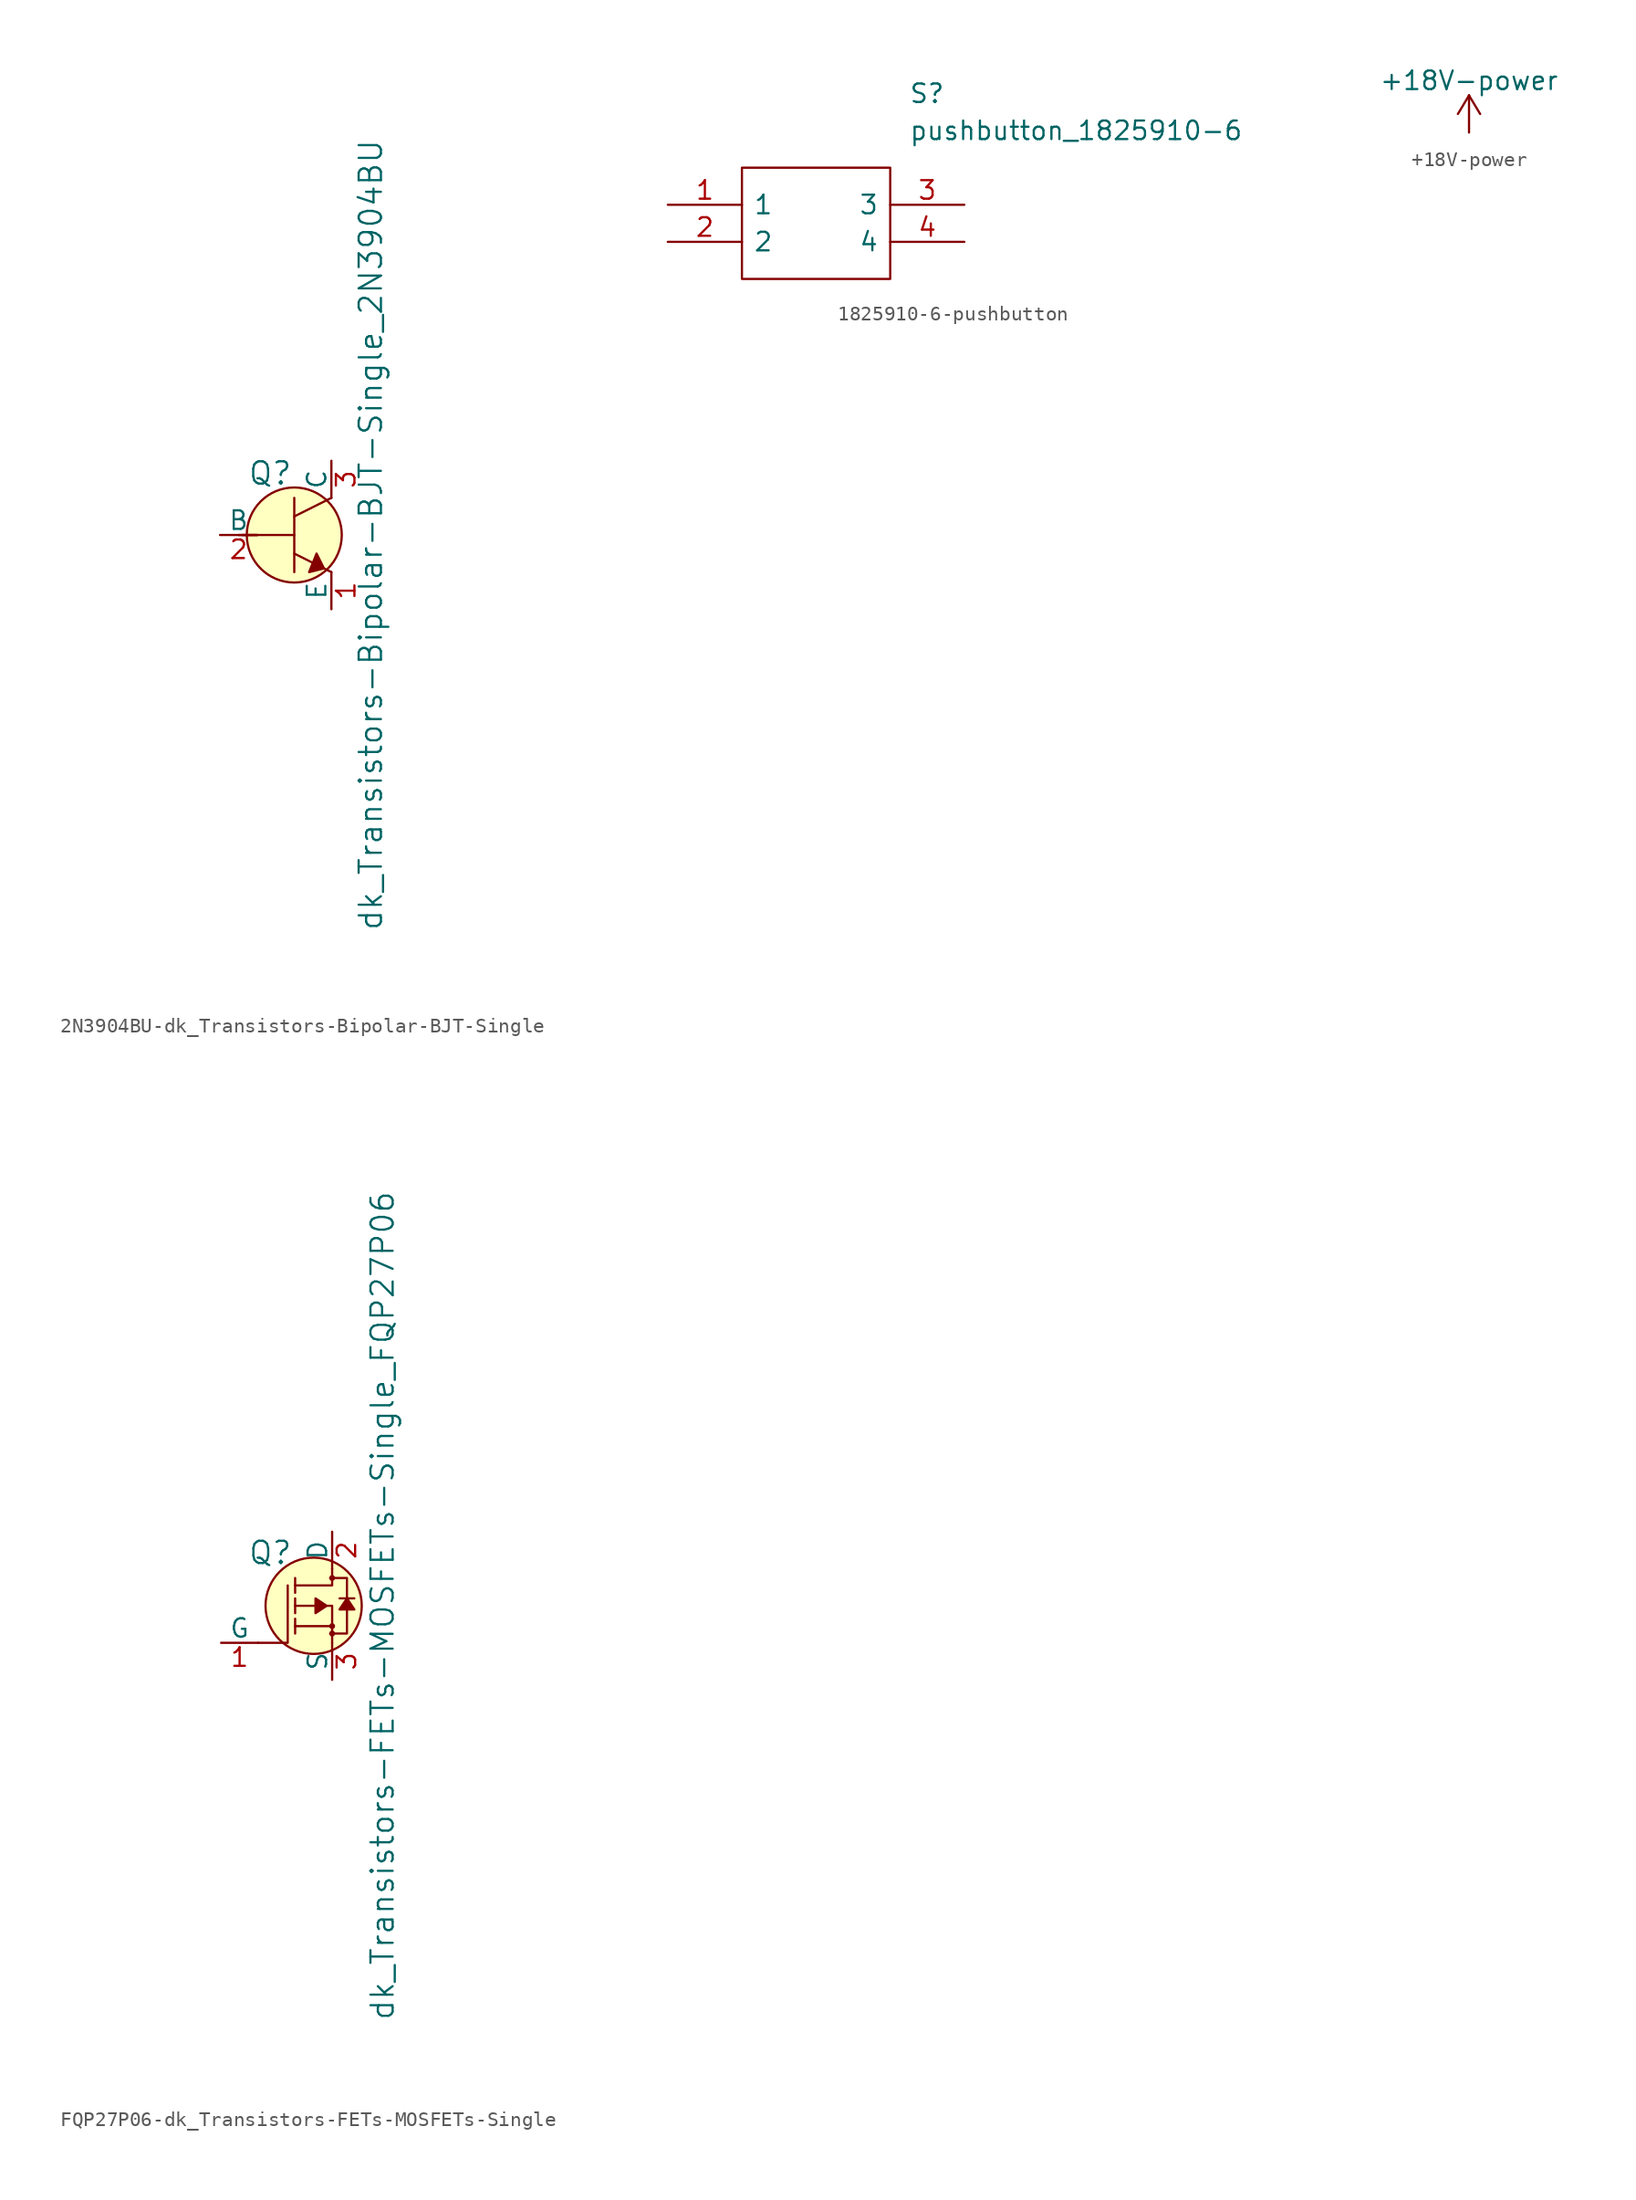
<source format=kicad_sym>
(kicad_symbol_lib
  (version 20220914)
  (generator kicad_symbol_editor)
  (symbol "2N3904BU-dk_Transistors-Bipolar-BJT-Single"
    (pin_names
      (offset 0))
    (property "Reference" "Q"
      (at -3.2 4.216 0)
      (effects (font (size 1.524 1.524)) (justify left)))
    (property "Value" "dk_Transistors-Bipolar-BJT-Single_2N3904BU"
      (at 5.232 0 90)
      (effects (font (size 1.524 1.524))))
    (symbol "2N3904BU-dk_Transistors-Bipolar-BJT-Single_0_1"
      (polyline (pts (xy -3.81 0) (xy -2.54 0)) (stroke (width 0) (type solid)) (fill (type none)))
      (polyline (pts (xy -3.556 0) (xy 0 0)) (stroke (width 0) (type solid)) (fill (type none)))
      (polyline (pts (xy 0 -1.27) (xy 2.54 -2.54)) (stroke (width 0) (type solid)) (fill (type none)))
      (polyline (pts (xy 0 1.27) (xy 2.54 2.54)) (stroke (width 0) (type solid)) (fill (type none)))
      (polyline (pts (xy 0 2.54) (xy 0 -2.54)) (stroke (width 0) (type solid)) (fill (type none)))
      (polyline (pts (xy 1.524 -1.27) (xy 2.032 -2.286) (xy 1.016 -2.54) (xy 1.524 -1.27)) (stroke (width 0) (type solid)) (fill (type outline)))
      (circle (center 0 0) (radius 3.251) (stroke (width 0) (type solid)) (fill (type background))))
    (symbol "2N3904BU-dk_Transistors-Bipolar-BJT-Single_1_1"
      (pin passive line (at 2.54 -5.08 90) (length 2.54) (name "E" (effects (font (size 1.27 1.27)))) (number "1" (effects (font (size 1.27 1.27)))))
      (pin input line (at -5.08 0 0) (length 2.54) (name "B" (effects (font (size 1.27 1.27)))) (number "2" (effects (font (size 1.27 1.27)))))
      (pin passive line (at 2.54 5.08 270) (length 2.54) (name "C" (effects (font (size 1.27 1.27)))) (number "3" (effects (font (size 1.27 1.27)))))))
  (symbol "1825910-6-pushbutton"
    (pin_names
      (offset 0.762))
    (property "Reference" "S"
      (at 16.51 7.62 0)
      (effects (font (size 1.27 1.27)) (justify left)))
    (property "Value" "pushbutton_1825910-6"
      (at 16.51 5.08 0)
      (effects (font (size 1.27 1.27)) (justify left)))
    (symbol "1825910-6-pushbutton_0_0"
      (pin bidirectional line (at 0 0 0) (length 5.08) (name "1" (effects (font (size 1.27 1.27)))) (number "1" (effects (font (size 1.27 1.27)))))
      (pin bidirectional line (at 0 -2.54 0) (length 5.08) (name "2" (effects (font (size 1.27 1.27)))) (number "2" (effects (font (size 1.27 1.27)))))
      (pin bidirectional line (at 20.32 0 180) (length 5.08) (name "3" (effects (font (size 1.27 1.27)))) (number "3" (effects (font (size 1.27 1.27)))))
      (pin bidirectional line (at 20.32 -2.54 180) (length 5.08) (name "4" (effects (font (size 1.27 1.27)))) (number "4" (effects (font (size 1.27 1.27))))))
    (symbol "1825910-6-pushbutton_0_1"
      (polyline (pts (xy 5.08 2.54) (xy 15.24 2.54) (xy 15.24 -5.08) (xy 5.08 -5.08) (xy 5.08 2.54)) (stroke (width 0.152) (type solid)) (fill (type none)))))
  (symbol "+18V-power"
    (power)
    (pin_names
      (offset 0))
    (property "Reference" "#PWR"
      (at 0 -3.81 0)
      (effects (font (size 1.27 1.27)) hide))
    (property "Value" "+18V-power"
      (at 0 3.556 0)
      (effects (font (size 1.27 1.27))))
    (symbol "+18V-power_0_1"
      (polyline (pts (xy -0.762 1.27) (xy 0 2.54)) (stroke (width 0) (type solid)) (fill (type none)))
      (polyline (pts (xy 0 0) (xy 0 2.54)) (stroke (width 0) (type solid)) (fill (type none)))
      (polyline (pts (xy 0 2.54) (xy 0.762 1.27)) (stroke (width 0) (type solid)) (fill (type none))))
    (symbol "+18V-power_1_1"
      (pin power_in line (at 0 0 90) (length 0) hide (name "+24V" (effects (font (size 1.27 1.27)))) (number "1" (effects (font (size 1.27 1.27)))))))
  (symbol "FQP27P06-dk_Transistors-FETs-MOSFETs-Single"
    (pin_names
      (offset 0))
    (property "Reference" "Q"
      (at -2.692 3.632 0)
      (effects (font (size 1.524 1.524)) (justify right)))
    (property "Value" "dk_Transistors-FETs-MOSFETs-Single_FQP27P06"
      (at 3.454 0 90)
      (effects (font (size 1.524 1.524))))
    (symbol "FQP27P06-dk_Transistors-FETs-MOSFETs-Single_0_1"
      (circle (center -1.27 0) (radius 3.302) (stroke (width 0) (type solid)) (fill (type background)))
      (circle (center 0 -1.905) (radius 0.127) (stroke (width 0) (type solid)) (fill (type none)))
      (circle (center 0 -1.397) (radius 0.127) (stroke (width 0) (type solid)) (fill (type none)))
      (polyline (pts (xy 0 -1.397) (xy -2.54 -1.397)) (stroke (width 0) (type solid)) (fill (type none)))
      (polyline (pts (xy -5.08 -2.54) (xy -3.048 -2.54) (xy -3.048 1.397)) (stroke (width 0) (type solid)) (fill (type none)))
      (polyline (pts (xy 0 -2.54) (xy 0 0) (xy -2.54 0)) (stroke (width 0) (type solid)) (fill (type none)))
      (polyline (pts (xy 0 2.54) (xy 0 1.397) (xy -2.54 1.397)) (stroke (width 0) (type solid)) (fill (type none)))
      (polyline (pts (xy -0.127 -1.905) (xy 1.016 -1.905) (xy 1.016 1.397) (xy 1.016 1.905) (xy -0.127 1.905)) (stroke (width 0) (type solid)) (fill (type none)))
      (circle (center 0 1.905) (radius 0.127) (stroke (width 0) (type solid)) (fill (type none))))
    (symbol "FQP27P06-dk_Transistors-FETs-MOSFETs-Single_1_1"
      (polyline (pts (xy -2.54 -1.397) (xy -2.54 -1.905)) (stroke (width 0) (type solid)) (fill (type none)))
      (polyline (pts (xy -2.54 -1.397) (xy -2.54 -0.889)) (stroke (width 0) (type solid)) (fill (type none)))
      (polyline (pts (xy -2.54 0) (xy -2.54 -0.508)) (stroke (width 0) (type solid)) (fill (type none)))
      (polyline (pts (xy -2.54 0) (xy -2.54 0.508)) (stroke (width 0) (type solid)) (fill (type none)))
      (polyline (pts (xy -2.54 1.905) (xy -2.54 0.889)) (stroke (width 0) (type solid)) (fill (type none)))
      (polyline (pts (xy 1.524 0.508) (xy 0.508 0.508)) (stroke (width 0) (type solid)) (fill (type none)))
      (polyline (pts (xy -0.381 0) (xy -1.143 0.508) (xy -1.143 -0.508) (xy -0.381 0)) (stroke (width 0) (type solid)) (fill (type outline)))
      (polyline (pts (xy 1.016 0.508) (xy 0.508 -0.254) (xy 1.524 -0.254) (xy 1.016 0.508)) (stroke (width 0) (type solid)) (fill (type outline)))
      (pin bidirectional line (at -7.62 -2.54 0) (length 2.54) (name "G" (effects (font (size 1.27 1.27)))) (number "1" (effects (font (size 1.27 1.27)))))
      (pin bidirectional line (at 0 5.08 270) (length 2.54) (name "D" (effects (font (size 1.27 1.27)))) (number "2" (effects (font (size 1.27 1.27)))))
      (pin bidirectional line (at 0 -5.08 90) (length 2.54) (name "S" (effects (font (size 1.27 1.27)))) (number "3" (effects (font (size 1.27 1.27))))))))
</source>
